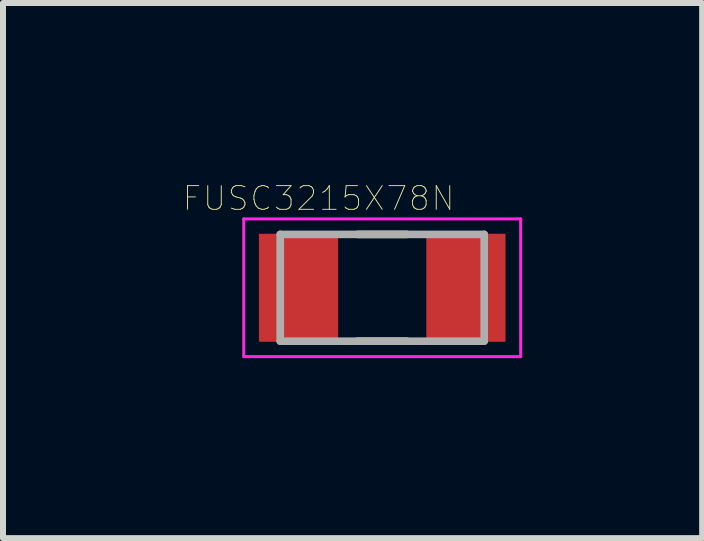
<source format=kicad_pcb>
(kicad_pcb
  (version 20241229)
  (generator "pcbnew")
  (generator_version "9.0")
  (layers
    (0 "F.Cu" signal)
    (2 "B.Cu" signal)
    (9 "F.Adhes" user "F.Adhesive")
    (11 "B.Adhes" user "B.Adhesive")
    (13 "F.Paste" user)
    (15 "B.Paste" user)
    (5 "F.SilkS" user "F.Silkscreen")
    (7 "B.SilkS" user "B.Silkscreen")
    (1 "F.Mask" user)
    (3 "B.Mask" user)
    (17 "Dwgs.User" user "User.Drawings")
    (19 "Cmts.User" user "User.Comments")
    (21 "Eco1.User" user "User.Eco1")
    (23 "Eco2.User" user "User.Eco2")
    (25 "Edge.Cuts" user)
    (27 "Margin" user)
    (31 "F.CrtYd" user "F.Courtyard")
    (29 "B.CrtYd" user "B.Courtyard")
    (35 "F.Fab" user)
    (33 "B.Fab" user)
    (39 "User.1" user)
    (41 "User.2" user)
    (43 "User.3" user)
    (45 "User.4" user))
  (footprint "FUSC3215X78N"
    (layer "F.Cu")
    (at 3.321 1.747)
    (property "Reference" "FUSC3215X78N" (at -1.06 -1.49 0) (layer "F.SilkS") (effects (font (size 0.394 0.394) (thickness 0.015))))
    (attr through_hole)
    (fp_line (start -0.41 -0.89) (end 0.41 -0.89) (stroke (width 0.127) (type solid)) (layer "F.SilkS"))
    (fp_line (start -0.41 0.89) (end 0.41 0.89) (stroke (width 0.127) (type solid)) (layer "F.SilkS"))
    (fp_line (start -2.308 -1.148) (end 2.308 -1.148) (stroke (width 0.05) (type solid)) (layer "F.CrtYd"))
    (fp_line (start -2.308 1.148) (end -2.308 -1.148) (stroke (width 0.05) (type solid)) (layer "F.CrtYd"))
    (fp_line (start -2.308 1.148) (end 2.308 1.148) (stroke (width 0.05) (type solid)) (layer "F.CrtYd"))
    (fp_line (start 2.308 1.148) (end 2.308 -1.148) (stroke (width 0.05) (type solid)) (layer "F.CrtYd"))
    (fp_line (start -1.7 0.89) (end -1.7 -0.89) (stroke (width 0.127) (type solid)) (layer "F.Fab"))
    (fp_line (start 1.7 -0.89) (end -1.7 -0.89) (stroke (width 0.127) (type solid)) (layer "F.Fab"))
    (fp_line (start 1.7 0.89) (end -1.7 0.89) (stroke (width 0.127) (type solid)) (layer "F.Fab"))
    (fp_line (start 1.7 0.89) (end 1.7 -0.89) (stroke (width 0.127) (type solid)) (layer "F.Fab"))
    (pad "1" smd rect (at -1.395 0) (size 1.32 1.8) (layers "F.Cu" "F.Mask" "F.Paste"))
    (pad "2" smd rect (at 1.395 0) (size 1.32 1.8) (layers "F.Cu" "F.Mask" "F.Paste")))
  (gr_rect
    (start -3 -3)
    (end 8.654 5.92)
    (stroke (width 0.1) (type default))
    (fill no)
    (layer "Edge.Cuts")))
</source>
